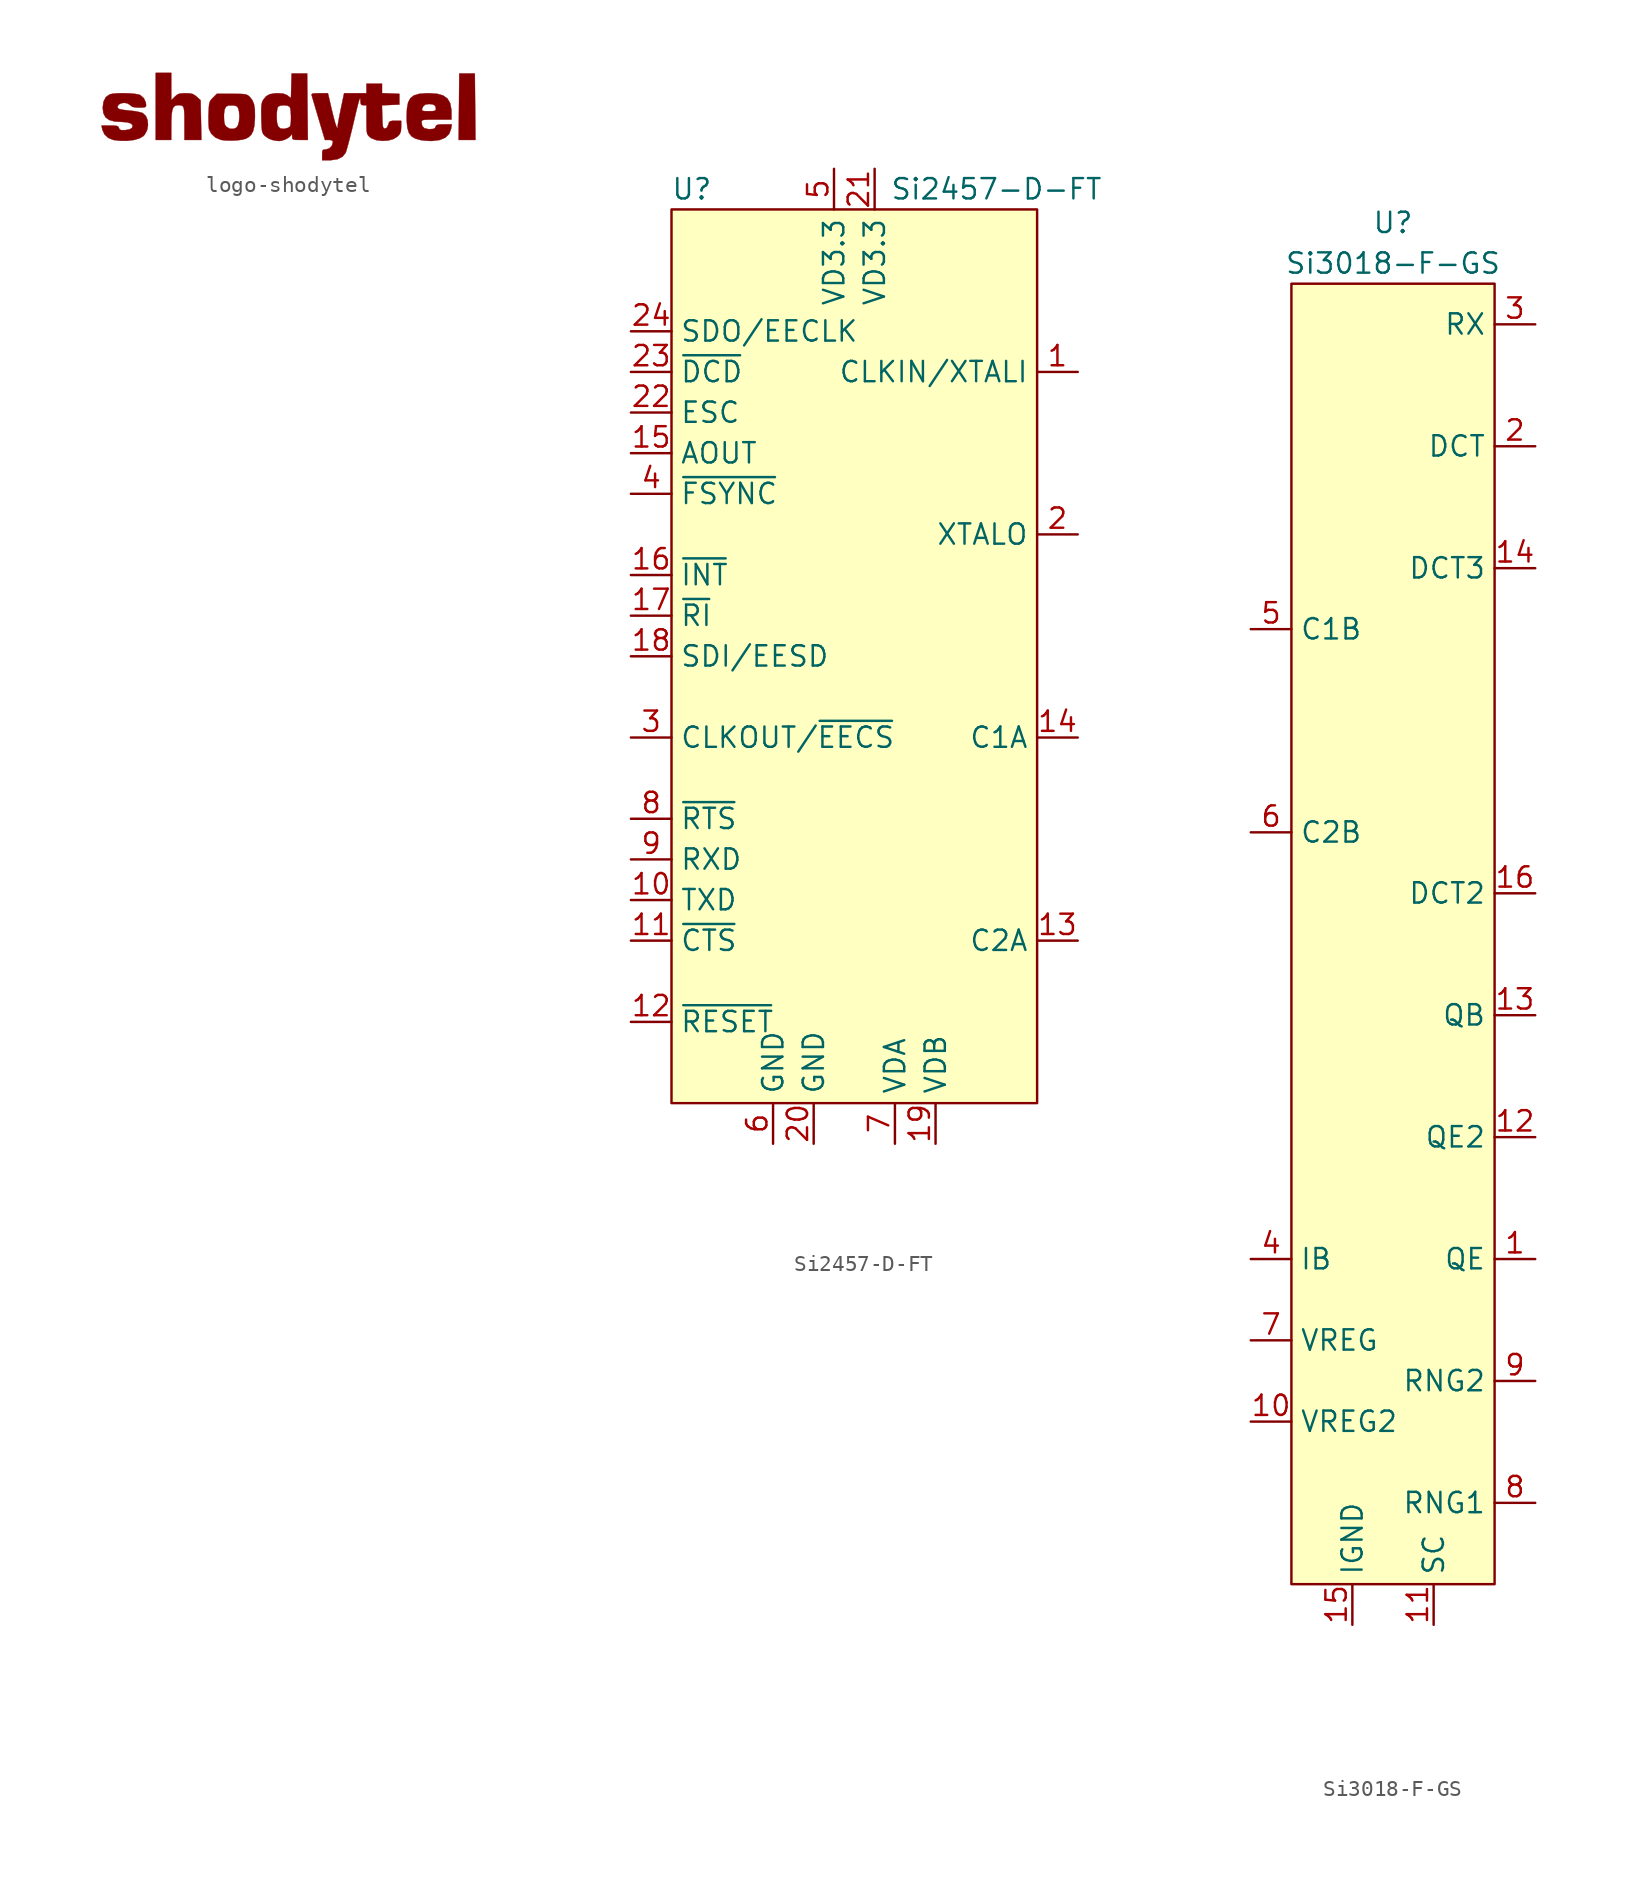
<source format=kicad_sym>
(kicad_symbol_lib
  (version 20211014)
  (generator kicad_symbol_editor)
  (symbol "logo-shodytel"
    (pin_names
      (offset 1.016))
    (property "Reference" "#G"
      (at 0 2.437 0)
      (effects (font (size 1.27 1.27)) hide))
    (symbol "logo-shodytel_0_0"
      (polyline (pts (xy 11.596 0.581) (xy 11.576 2.66) (xy 10.602 2.66) (xy 10.582 0.581) (xy 10.562 -1.499) (xy 11.616 -1.499) (xy 11.596 0.581)) (stroke (width 0.01) (type default) (color 0 0 0 0)) (fill (type outline)))
      (polyline (pts (xy -7.418 -0.579) (xy -7.415 -0.301) (xy -7.395 0.099) (xy -7.351 0.378) (xy -7.275 0.555) (xy -7.163 0.647) (xy -7.008 0.674) (xy -6.897 0.673) (xy -6.77 0.655) (xy -6.685 0.599) (xy -6.633 0.481) (xy -6.606 0.281) (xy -6.595 -0.024) (xy -6.594 -0.458) (xy -6.594 -1.499) (xy -5.532 -1.499) (xy -5.582 0.987) (xy -5.827 1.205) (xy -5.913 1.278) (xy -6.067 1.371) (xy -6.252 1.414) (xy -6.526 1.424) (xy -6.704 1.421) (xy -6.909 1.396) (xy -7.055 1.33) (xy -7.199 1.205) (xy -7.418 0.986) (xy -7.418 2.697) (xy -8.392 2.697) (xy -8.392 -1.499) (xy -7.418 -1.499) (xy -7.418 -0.579)) (stroke (width 0.01) (type default) (color 0 0 0 0)) (fill (type outline)))
      (polyline (pts (xy -3.261 -1.521) (xy -2.946 -1.476) (xy -2.727 -1.411) (xy -2.594 -1.336) (xy -2.413 -1.173) (xy -2.294 -0.947) (xy -2.222 -0.631) (xy -2.187 -0.195) (xy -2.181 -0.03) (xy -2.189 0.413) (xy -2.244 0.748) (xy -2.352 1.003) (xy -2.518 1.206) (xy -2.582 1.263) (xy -2.674 1.32) (xy -2.795 1.356) (xy -2.977 1.376) (xy -3.248 1.384) (xy -3.639 1.386) (xy -4.568 1.386) (xy -4.813 1.141) (xy -4.833 1.12) (xy -4.941 1.003) (xy -5.008 0.889) (xy -5.048 0.739) (xy -5.069 0.516) (xy -5.084 0.181) (xy -5.088 0.025) (xy -5.089 -0.052) (xy -4.121 -0.052) (xy -4.118 0.126) (xy -4.082 0.409) (xy -3.995 0.578) (xy -3.839 0.654) (xy -3.598 0.661) (xy -3.511 0.654) (xy -3.342 0.62) (xy -3.256 0.539) (xy -3.2 0.375) (xy -3.178 0.267) (xy -3.155 -0.033) (xy -3.178 -0.33) (xy -3.242 -0.577) (xy -3.339 -0.724) (xy -3.496 -0.801) (xy -3.747 -0.804) (xy -3.971 -0.674) (xy -3.985 -0.66) (xy -4.068 -0.531) (xy -4.109 -0.343) (xy -4.121 -0.052) (xy -5.089 -0.052) (xy -5.09 -0.312) (xy -5.081 -0.598) (xy -5.063 -0.783) (xy -5.056 -0.819) (xy -4.913 -1.115) (xy -4.657 -1.349) (xy -4.32 -1.492) (xy -4.275 -1.502) (xy -3.978 -1.536) (xy -3.622 -1.542) (xy -3.261 -1.521)) (stroke (width 0.01) (type default) (color 0 0 0 0)) (fill (type outline)))
      (polyline (pts (xy 8.9 -1.563) (xy 9.37 -1.505) (xy 9.728 -1.358) (xy 9.969 -1.122) (xy 10.09 -0.801) (xy 10.135 -0.524) (xy 9.646 -0.524) (xy 9.425 -0.528) (xy 9.249 -0.547) (xy 9.159 -0.593) (xy 9.119 -0.674) (xy 9.073 -0.763) (xy 8.959 -0.812) (xy 8.739 -0.824) (xy 8.671 -0.823) (xy 8.421 -0.768) (xy 8.284 -0.626) (xy 8.242 -0.38) (xy 8.247 -0.323) (xy 8.28 -0.277) (xy 8.365 -0.248) (xy 8.527 -0.233) (xy 8.79 -0.226) (xy 9.178 -0.225) (xy 10.115 -0.225) (xy 10.115 0.206) (xy 10.108 0.408) (xy 10.032 0.798) (xy 9.865 1.086) (xy 9.596 1.28) (xy 9.214 1.389) (xy 8.708 1.423) (xy 8.541 1.422) (xy 8.096 1.385) (xy 7.768 1.289) (xy 7.542 1.115) (xy 7.401 0.848) (xy 7.329 0.469) (xy 7.325 0.375) (xy 8.264 0.375) (xy 8.284 0.468) (xy 8.336 0.59) (xy 8.472 0.712) (xy 8.704 0.748) (xy 8.936 0.728) (xy 9.092 0.641) (xy 9.141 0.479) (xy 9.141 0.476) (xy 9.13 0.378) (xy 9.074 0.325) (xy 8.937 0.304) (xy 8.686 0.3) (xy 8.652 0.3) (xy 8.418 0.304) (xy 8.299 0.325) (xy 8.264 0.375) (xy 7.325 0.375) (xy 7.308 -0.037) (xy 7.314 -0.327) (xy 7.355 -0.747) (xy 7.449 -1.054) (xy 7.608 -1.268) (xy 7.843 -1.411) (xy 8.167 -1.504) (xy 8.218 -1.513) (xy 8.486 -1.546) (xy 8.766 -1.563) (xy 8.9 -1.563)) (stroke (width 0.01) (type default) (color 0 0 0 0)) (fill (type outline)))
      (polyline (pts (xy -0.556 -1.556) (xy -0.306 -1.481) (xy -0.078 -1.361) (xy 0.065 -1.225) (xy 0.107 -1.159) (xy 0.139 -1.158) (xy 0.147 -1.292) (xy 0.148 -1.339) (xy 0.165 -1.431) (xy 0.23 -1.478) (xy 0.376 -1.496) (xy 0.638 -1.499) (xy 1.126 -1.499) (xy 1.106 0.581) (xy 1.086 2.66) (xy 0.112 2.66) (xy 0.091 1.889) (xy 0.07 1.117) (xy -0.125 1.27) (xy -0.177 1.307) (xy -0.401 1.397) (xy -0.717 1.424) (xy -0.937 1.417) (xy -1.253 1.361) (xy -1.479 1.238) (xy -1.651 1.032) (xy -1.67 1.002) (xy -1.729 0.881) (xy -1.766 0.74) (xy -1.785 0.546) (xy -1.789 0.267) (xy -1.784 -0.028) (xy -0.824 -0.028) (xy -0.815 0.226) (xy -0.783 0.46) (xy -0.734 0.584) (xy -0.598 0.648) (xy -0.381 0.672) (xy -0.163 0.65) (xy -0.015 0.584) (xy 0.028 0.472) (xy 0.058 0.255) (xy 0.072 -0.014) (xy 0.07 -0.289) (xy 0.05 -0.52) (xy 0.011 -0.658) (xy 0.006 -0.666) (xy -0.115 -0.742) (xy -0.307 -0.796) (xy -0.403 -0.807) (xy -0.602 -0.776) (xy -0.733 -0.646) (xy -0.803 -0.402) (xy -0.824 -0.028) (xy -1.784 -0.028) (xy -1.783 -0.13) (xy -1.775 -0.432) (xy -1.761 -0.727) (xy -1.74 -0.924) (xy -1.704 -1.056) (xy -1.647 -1.152) (xy -1.564 -1.242) (xy -1.558 -1.248) (xy -1.347 -1.401) (xy -1.115 -1.498) (xy -1.114 -1.499) (xy -0.885 -1.543) (xy -0.691 -1.566) (xy -0.556 -1.556)) (stroke (width 0.01) (type default) (color 0 0 0 0)) (fill (type outline)))
      (polyline (pts (xy -10.161 -1.552) (xy -9.745 -1.5) (xy -9.4 -1.4) (xy -9.162 -1.259) (xy -9.074 -1.16) (xy -8.93 -0.881) (xy -8.873 -0.568) (xy -8.9 -0.259) (xy -9.011 0.004) (xy -9.205 0.182) (xy -9.246 0.199) (xy -9.453 0.255) (xy -9.745 0.306) (xy -10.071 0.343) (xy -10.073 0.343) (xy -10.445 0.384) (xy -10.674 0.435) (xy -10.767 0.499) (xy -10.779 0.597) (xy -10.702 0.72) (xy -10.544 0.798) (xy -10.345 0.823) (xy -10.146 0.784) (xy -9.985 0.674) (xy -9.872 0.584) (xy -9.7 0.537) (xy -9.424 0.524) (xy -9.261 0.526) (xy -9.088 0.543) (xy -9.01 0.587) (xy -8.991 0.669) (xy -9.008 0.829) (xy -9.132 1.111) (xy -9.359 1.308) (xy -9.452 1.341) (xy -9.704 1.385) (xy -10.034 1.414) (xy -10.4 1.426) (xy -10.757 1.421) (xy -11.061 1.396) (xy -11.268 1.352) (xy -11.269 1.352) (xy -11.508 1.184) (xy -11.655 0.904) (xy -11.706 0.524) (xy -11.706 0.511) (xy -11.664 0.168) (xy -11.533 -0.083) (xy -11.302 -0.251) (xy -10.957 -0.345) (xy -10.485 -0.374) (xy -10.174 -0.398) (xy -9.944 -0.469) (xy -9.835 -0.581) (xy -9.861 -0.726) (xy -9.871 -0.742) (xy -10.021 -0.839) (xy -10.297 -0.885) (xy -10.347 -0.888) (xy -10.545 -0.887) (xy -10.646 -0.847) (xy -10.692 -0.754) (xy -10.692 -0.751) (xy -10.73 -0.67) (xy -10.814 -0.625) (xy -10.978 -0.604) (xy -11.257 -0.599) (xy -11.782 -0.599) (xy -11.734 -0.843) (xy -11.604 -1.14) (xy -11.362 -1.371) (xy -11.039 -1.501) (xy -10.609 -1.553) (xy -10.161 -1.552)) (stroke (width 0.01) (type default) (color 0 0 0 0)) (fill (type outline)))
      (polyline (pts (xy 2.547 -2.77) (xy 2.979 -2.706) (xy 3.293 -2.551) (xy 3.49 -2.305) (xy 3.514 -2.244) (xy 3.579 -2.031) (xy 3.668 -1.709) (xy 3.774 -1.303) (xy 3.889 -0.837) (xy 4.008 -0.335) (xy 4.048 -0.163) (xy 4.169 0.345) (xy 4.263 0.718) (xy 4.331 0.964) (xy 4.378 1.092) (xy 4.404 1.111) (xy 4.414 1.03) (xy 4.418 0.913) (xy 4.438 0.754) (xy 4.494 0.688) (xy 4.608 0.674) (xy 4.795 0.674) (xy 4.795 -0.228) (xy 4.796 -0.532) (xy 4.802 -0.821) (xy 4.819 -1.012) (xy 4.851 -1.137) (xy 4.905 -1.225) (xy 4.985 -1.307) (xy 5.092 -1.387) (xy 5.402 -1.51) (xy 5.772 -1.559) (xy 6.153 -1.534) (xy 6.498 -1.437) (xy 6.76 -1.268) (xy 6.888 -1.113) (xy 6.952 -0.937) (xy 6.968 -0.68) (xy 6.968 -0.3) (xy 6.596 -0.3) (xy 6.428 -0.302) (xy 6.282 -0.327) (xy 6.207 -0.398) (xy 6.16 -0.543) (xy 6.079 -0.727) (xy 5.952 -0.787) (xy 5.891 -0.777) (xy 5.844 -0.727) (xy 5.815 -0.609) (xy 5.798 -0.396) (xy 5.785 -0.06) (xy 5.764 0.668) (xy 6.856 0.712) (xy 6.856 1.386) (xy 5.769 1.43) (xy 5.769 2.023) (xy 4.795 2.023) (xy 4.795 1.424) (xy 3.395 1.424) (xy 3.195 0.468) (xy 3.185 0.421) (xy 3.111 0.053) (xy 3.051 -0.267) (xy 3.01 -0.507) (xy 2.996 -0.633) (xy 2.992 -0.719) (xy 2.962 -0.751) (xy 2.909 -0.648) (xy 2.832 -0.417) (xy 2.737 -0.068) (xy 2.624 0.393) (xy 2.385 1.424) (xy 1.842 1.424) (xy 1.573 1.419) (xy 1.424 1.401) (xy 1.365 1.361) (xy 1.367 1.292) (xy 1.397 1.19) (xy 1.463 0.967) (xy 1.557 0.649) (xy 1.671 0.262) (xy 1.799 -0.169) (xy 2.195 -1.499) (xy 2.446 -1.499) (xy 2.518 -1.5) (xy 2.658 -1.536) (xy 2.697 -1.632) (xy 2.697 -1.633) (xy 2.631 -1.861) (xy 2.465 -2.031) (xy 2.244 -2.098) (xy 2.162 -2.1) (xy 2.067 -2.13) (xy 2.03 -2.228) (xy 2.023 -2.435) (xy 2.023 -2.772) (xy 2.438 -2.772) (xy 2.547 -2.77)) (stroke (width 0.01) (type default) (color 0 0 0 0)) (fill (type outline)))))
  (symbol "Si2457-D-FT"
    (property "Reference" "U"
      (at -10.16 30.48 0)
      (effects (font (size 1.27 1.27))))
    (property "Value" "Si2457-D-FT"
      (at 8.89 30.48 0)
      (effects (font (size 1.27 1.27))))
    (symbol "Si2457-D-FT_0_1"
      (rectangle (start -11.43 29.21) (end 11.43 -26.67) (stroke (width 0) (type default) (color 0 0 0 0)) (fill (type background))))
    (symbol "Si2457-D-FT_1_1"
      (pin input line (at 13.97 19.05 180) (length 2.54) (name "CLKIN/XTALI" (effects (font (size 1.27 1.27)))) (number "1" (effects (font (size 1.27 1.27)))))
      (pin input line (at -13.97 -13.97 0) (length 2.54) (name "TXD" (effects (font (size 1.27 1.27)))) (number "10" (effects (font (size 1.27 1.27)))) (alternate "MOSI" input line) (alternate "~{WR}" input line))
      (pin output line (at -13.97 -16.51 0) (length 2.54) (name "~{CTS}" (effects (font (size 1.27 1.27)))) (number "11" (effects (font (size 1.27 1.27)))) (alternate "SCLK" input line) (alternate "~{CS}" input line))
      (pin input line (at -13.97 -21.59 0) (length 2.54) (name "~{RESET}" (effects (font (size 1.27 1.27)))) (number "12" (effects (font (size 1.27 1.27)))))
      (pin bidirectional line (at 13.97 -16.51 180) (length 2.54) (name "C2A" (effects (font (size 1.27 1.27)))) (number "13" (effects (font (size 1.27 1.27)))))
      (pin bidirectional line (at 13.97 -3.81 180) (length 2.54) (name "C1A" (effects (font (size 1.27 1.27)))) (number "14" (effects (font (size 1.27 1.27)))))
      (pin output line (at -13.97 13.97 0) (length 2.54) (name "AOUT" (effects (font (size 1.27 1.27)))) (number "15" (effects (font (size 1.27 1.27)))) (alternate "~{INT}" output line))
      (pin output line (at -13.97 6.35 0) (length 2.54) (name "~{INT}" (effects (font (size 1.27 1.27)))) (number "16" (effects (font (size 1.27 1.27)))) (alternate "D0" bidirectional line))
      (pin output line (at -13.97 3.81 0) (length 2.54) (name "~{RI}" (effects (font (size 1.27 1.27)))) (number "17" (effects (font (size 1.27 1.27)))) (alternate "D1" bidirectional line))
      (pin bidirectional line (at -13.97 1.27 0) (length 2.54) (name "SDI/EESD" (effects (font (size 1.27 1.27)))) (number "18" (effects (font (size 1.27 1.27)))) (alternate "D2" bidirectional line))
      (pin passive line (at 5.08 -29.21 90) (length 2.54) (name "VDB" (effects (font (size 1.27 1.27)))) (number "19" (effects (font (size 1.27 1.27)))))
      (pin output line (at 13.97 8.89 180) (length 2.54) (name "XTALO" (effects (font (size 1.27 1.27)))) (number "2" (effects (font (size 1.27 1.27)))))
      (pin power_in line (at -2.54 -29.21 90) (length 2.54) (name "GND" (effects (font (size 1.27 1.27)))) (number "20" (effects (font (size 1.27 1.27)))))
      (pin power_in line (at 1.27 31.75 270) (length 2.54) (name "VD3.3" (effects (font (size 1.27 1.27)))) (number "21" (effects (font (size 1.27 1.27)))))
      (pin input line (at -13.97 16.51 0) (length 2.54) (name "ESC" (effects (font (size 1.27 1.27)))) (number "22" (effects (font (size 1.27 1.27)))) (alternate "D3" bidirectional line))
      (pin output line (at -13.97 19.05 0) (length 2.54) (name "~{DCD}" (effects (font (size 1.27 1.27)))) (number "23" (effects (font (size 1.27 1.27)))) (alternate "D4" bidirectional line))
      (pin output line (at -13.97 21.59 0) (length 2.54) (name "SDO/EECLK" (effects (font (size 1.27 1.27)))) (number "24" (effects (font (size 1.27 1.27)))) (alternate "D5" bidirectional line))
      (pin output line (at -13.97 -3.81 0) (length 2.54) (name "CLKOUT/~{EECS}" (effects (font (size 1.27 1.27)))) (number "3" (effects (font (size 1.27 1.27)))) (alternate "A0" input line))
      (pin output line (at -13.97 11.43 0) (length 2.54) (name "~{FSYNC}" (effects (font (size 1.27 1.27)))) (number "4" (effects (font (size 1.27 1.27)))) (alternate "D6" bidirectional line))
      (pin power_in line (at -1.27 31.75 270) (length 2.54) (name "VD3.3" (effects (font (size 1.27 1.27)))) (number "5" (effects (font (size 1.27 1.27)))))
      (pin power_in line (at -5.08 -29.21 90) (length 2.54) (name "GND" (effects (font (size 1.27 1.27)))) (number "6" (effects (font (size 1.27 1.27)))))
      (pin passive line (at 2.54 -29.21 90) (length 2.54) (name "VDA" (effects (font (size 1.27 1.27)))) (number "7" (effects (font (size 1.27 1.27)))))
      (pin input line (at -13.97 -8.89 0) (length 2.54) (name "~{RTS}" (effects (font (size 1.27 1.27)))) (number "8" (effects (font (size 1.27 1.27)))) (alternate "D7" bidirectional line) (alternate "~{SS}" input line))
      (pin output line (at -13.97 -11.43 0) (length 2.54) (name "RXD" (effects (font (size 1.27 1.27)))) (number "9" (effects (font (size 1.27 1.27)))) (alternate "MISO" output line) (alternate "~{RD}" input line))))
  (symbol "Si3018-F-GS"
    (property "Reference" "U"
      (at 0 44.45 0)
      (effects (font (size 1.27 1.27))))
    (property "Value" "Si3018-F-GS"
      (at 0 41.91 0)
      (effects (font (size 1.27 1.27))))
    (symbol "Si3018-F-GS_0_1"
      (rectangle (start -6.35 40.64) (end 6.35 -40.64) (stroke (width 0) (type default) (color 0 0 0 0)) (fill (type background))))
    (symbol "Si3018-F-GS_1_1"
      (pin passive line (at 8.89 -20.32 180) (length 2.54) (name "QE" (effects (font (size 1.27 1.27)))) (number "1" (effects (font (size 1.27 1.27)))))
      (pin passive line (at -8.89 -30.48 0) (length 2.54) (name "VREG2" (effects (font (size 1.27 1.27)))) (number "10" (effects (font (size 1.27 1.27)))))
      (pin passive line (at 2.54 -43.18 90) (length 2.54) (name "SC" (effects (font (size 1.27 1.27)))) (number "11" (effects (font (size 1.27 1.27)))))
      (pin passive line (at 8.89 -12.7 180) (length 2.54) (name "QE2" (effects (font (size 1.27 1.27)))) (number "12" (effects (font (size 1.27 1.27)))))
      (pin passive line (at 8.89 -5.08 180) (length 2.54) (name "QB" (effects (font (size 1.27 1.27)))) (number "13" (effects (font (size 1.27 1.27)))))
      (pin passive line (at 8.89 22.86 180) (length 2.54) (name "DCT3" (effects (font (size 1.27 1.27)))) (number "14" (effects (font (size 1.27 1.27)))))
      (pin power_in line (at -2.54 -43.18 90) (length 2.54) (name "IGND" (effects (font (size 1.27 1.27)))) (number "15" (effects (font (size 1.27 1.27)))))
      (pin passive line (at 8.89 2.54 180) (length 2.54) (name "DCT2" (effects (font (size 1.27 1.27)))) (number "16" (effects (font (size 1.27 1.27)))))
      (pin passive line (at 8.89 30.48 180) (length 2.54) (name "DCT" (effects (font (size 1.27 1.27)))) (number "2" (effects (font (size 1.27 1.27)))))
      (pin input line (at 8.89 38.1 180) (length 2.54) (name "RX" (effects (font (size 1.27 1.27)))) (number "3" (effects (font (size 1.27 1.27)))))
      (pin passive line (at -8.89 -20.32 0) (length 2.54) (name "IB" (effects (font (size 1.27 1.27)))) (number "4" (effects (font (size 1.27 1.27)))))
      (pin bidirectional line (at -8.89 19.05 0) (length 2.54) (name "C1B" (effects (font (size 1.27 1.27)))) (number "5" (effects (font (size 1.27 1.27)))))
      (pin bidirectional line (at -8.89 6.35 0) (length 2.54) (name "C2B" (effects (font (size 1.27 1.27)))) (number "6" (effects (font (size 1.27 1.27)))))
      (pin passive line (at -8.89 -25.4 0) (length 2.54) (name "VREG" (effects (font (size 1.27 1.27)))) (number "7" (effects (font (size 1.27 1.27)))))
      (pin input line (at 8.89 -35.56 180) (length 2.54) (name "RNG1" (effects (font (size 1.27 1.27)))) (number "8" (effects (font (size 1.27 1.27)))))
      (pin input line (at 8.89 -27.94 180) (length 2.54) (name "RNG2" (effects (font (size 1.27 1.27)))) (number "9" (effects (font (size 1.27 1.27))))))))
</source>
